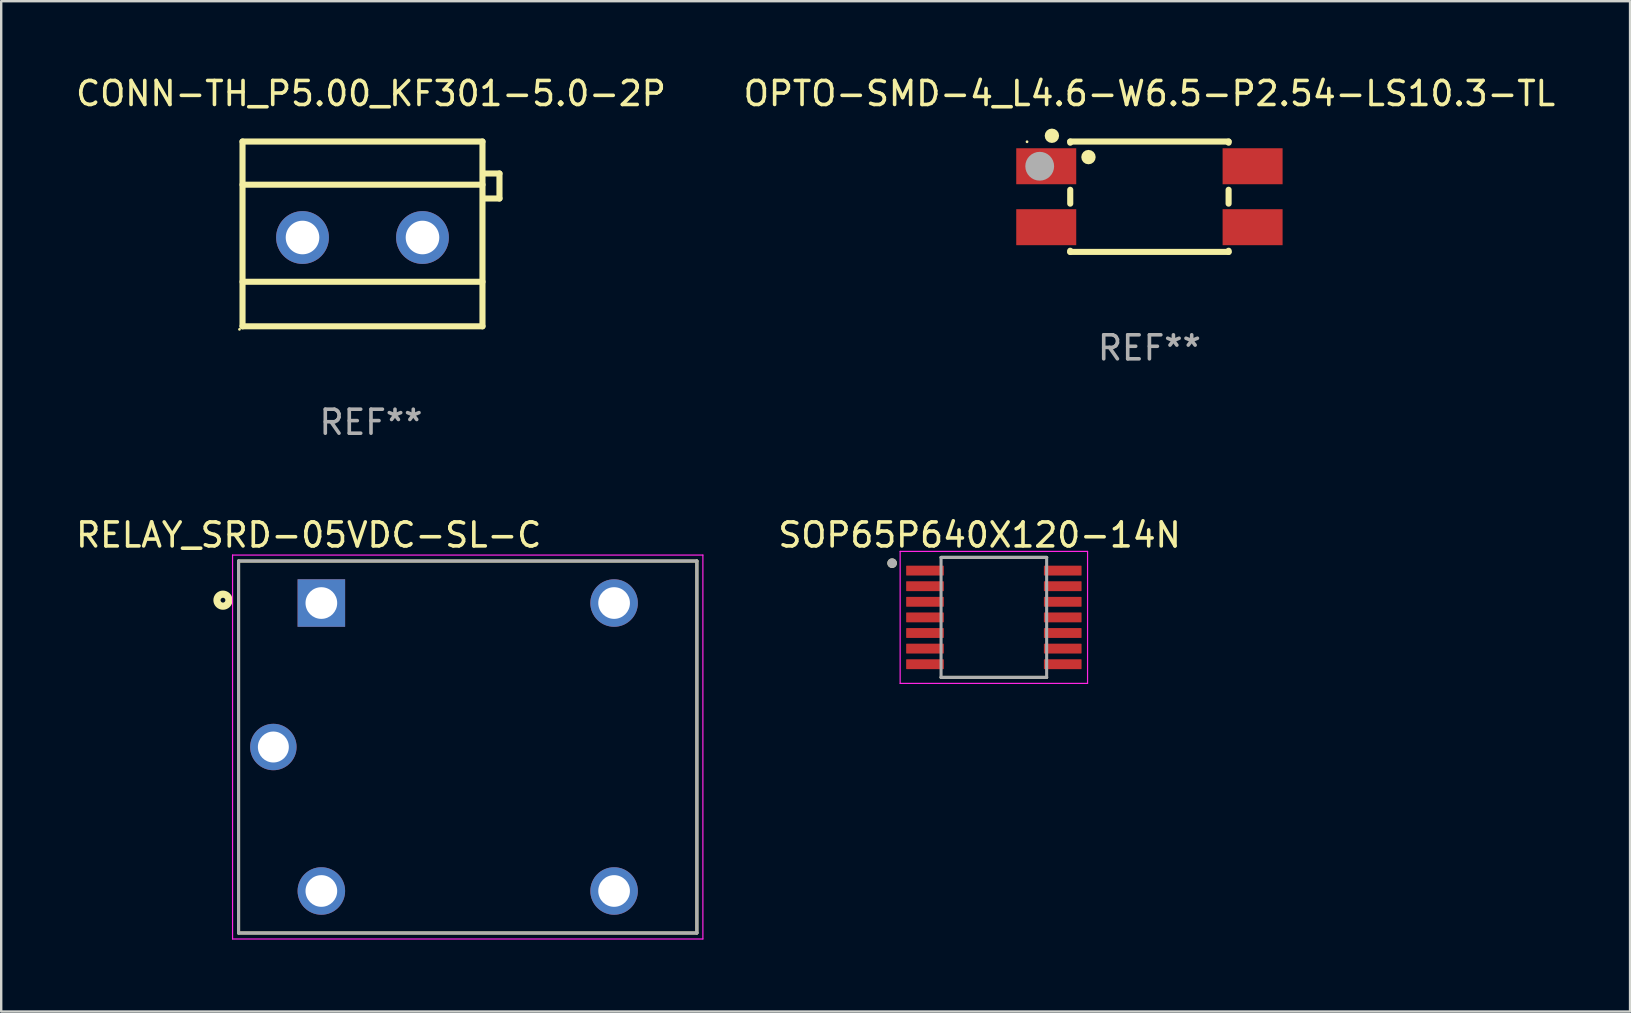
<source format=kicad_pcb>
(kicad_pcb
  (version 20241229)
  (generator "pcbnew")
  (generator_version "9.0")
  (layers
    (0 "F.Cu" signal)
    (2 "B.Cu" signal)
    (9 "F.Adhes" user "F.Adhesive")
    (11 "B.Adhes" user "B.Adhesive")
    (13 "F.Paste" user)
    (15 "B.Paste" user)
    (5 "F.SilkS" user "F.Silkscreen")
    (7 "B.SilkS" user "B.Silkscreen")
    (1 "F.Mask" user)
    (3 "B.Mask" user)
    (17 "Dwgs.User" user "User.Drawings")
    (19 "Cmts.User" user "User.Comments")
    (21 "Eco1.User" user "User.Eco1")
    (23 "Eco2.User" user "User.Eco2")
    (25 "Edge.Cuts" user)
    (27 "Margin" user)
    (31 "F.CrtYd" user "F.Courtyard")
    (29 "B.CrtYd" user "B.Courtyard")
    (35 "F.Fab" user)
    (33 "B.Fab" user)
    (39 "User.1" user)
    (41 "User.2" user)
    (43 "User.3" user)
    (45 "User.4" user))
  (footprint "SOP65P640X120-14N"
    (layer "F.Cu")
    (at 38.368 22.68)
    (property "Reference" "SOP65P640X120-14N" (at -0.595 -3.435 0) (layer "F.SilkS") (effects (font (size 1 1) (thickness 0.15))))
    (attr smd)
    (fp_line (start -2.2 -2.5) (end 2.2 -2.5) (stroke (width 0.127) (type solid)) (layer "F.SilkS"))
    (fp_line (start -2.2 2.5) (end 2.2 2.5) (stroke (width 0.127) (type solid)) (layer "F.SilkS"))
    (fp_circle (center -4.24 -2.26) (end -4.14 -2.26) (stroke (width 0.2) (type solid)) (fill no) (layer "F.SilkS"))
    (fp_line (start -3.905 -2.75) (end -3.905 2.75) (stroke (width 0.05) (type solid)) (layer "F.CrtYd"))
    (fp_line (start -3.905 -2.75) (end 3.905 -2.75) (stroke (width 0.05) (type solid)) (layer "F.CrtYd"))
    (fp_line (start -3.905 2.75) (end 3.905 2.75) (stroke (width 0.05) (type solid)) (layer "F.CrtYd"))
    (fp_line (start 3.905 -2.75) (end 3.905 2.75) (stroke (width 0.05) (type solid)) (layer "F.CrtYd"))
    (fp_line (start -2.2 -2.5) (end -2.2 2.5) (stroke (width 0.127) (type solid)) (layer "F.Fab"))
    (fp_line (start -2.2 -2.5) (end 2.2 -2.5) (stroke (width 0.127) (type solid)) (layer "F.Fab"))
    (fp_line (start -2.2 2.5) (end 2.2 2.5) (stroke (width 0.127) (type solid)) (layer "F.Fab"))
    (fp_line (start 2.2 -2.5) (end 2.2 2.5) (stroke (width 0.127) (type solid)) (layer "F.Fab"))
    (fp_circle (center -4.24 -2.26) (end -4.14 -2.26) (stroke (width 0.2) (type solid)) (fill no) (layer "F.Fab"))
    (pad "1" smd roundrect (at -2.87 -1.95) (size 1.57 0.41) (layers "F.Cu" "F.Mask" "F.Paste") (roundrect_rratio 0.05))
    (pad "2" smd roundrect (at -2.87 -1.3) (size 1.57 0.41) (layers "F.Cu" "F.Mask" "F.Paste") (roundrect_rratio 0.05))
    (pad "3" smd roundrect (at -2.87 -0.65) (size 1.57 0.41) (layers "F.Cu" "F.Mask" "F.Paste") (roundrect_rratio 0.05))
    (pad "4" smd roundrect (at -2.87 0) (size 1.57 0.41) (layers "F.Cu" "F.Mask" "F.Paste") (roundrect_rratio 0.05))
    (pad "5" smd roundrect (at -2.87 0.65) (size 1.57 0.41) (layers "F.Cu" "F.Mask" "F.Paste") (roundrect_rratio 0.05))
    (pad "6" smd roundrect (at -2.87 1.3) (size 1.57 0.41) (layers "F.Cu" "F.Mask" "F.Paste") (roundrect_rratio 0.05))
    (pad "7" smd roundrect (at -2.87 1.95) (size 1.57 0.41) (layers "F.Cu" "F.Mask" "F.Paste") (roundrect_rratio 0.05))
    (pad "8" smd roundrect (at 2.87 1.95) (size 1.57 0.41) (layers "F.Cu" "F.Mask" "F.Paste") (roundrect_rratio 0.05))
    (pad "9" smd roundrect (at 2.87 1.3) (size 1.57 0.41) (layers "F.Cu" "F.Mask" "F.Paste") (roundrect_rratio 0.05))
    (pad "10" smd roundrect (at 2.87 0.65) (size 1.57 0.41) (layers "F.Cu" "F.Mask" "F.Paste") (roundrect_rratio 0.05))
    (pad "11" smd roundrect (at 2.87 0) (size 1.57 0.41) (layers "F.Cu" "F.Mask" "F.Paste") (roundrect_rratio 0.05))
    (pad "12" smd roundrect (at 2.87 -0.65) (size 1.57 0.41) (layers "F.Cu" "F.Mask" "F.Paste") (roundrect_rratio 0.05))
    (pad "13" smd roundrect (at 2.87 -1.3) (size 1.57 0.41) (layers "F.Cu" "F.Mask" "F.Paste") (roundrect_rratio 0.05))
    (pad "14" smd roundrect (at 2.87 -1.95) (size 1.57 0.41) (layers "F.Cu" "F.Mask" "F.Paste") (roundrect_rratio 0.05)))
  (footprint "RELAY_SRD-05VDC-SL-C"
    (layer "F.Cu")
    (at 16.442 28.081)
    (property "Reference" "RELAY_SRD-05VDC-SL-C" (at -6.626 -8.836 0) (layer "F.SilkS") (effects (font (size 1 1) (thickness 0.15))))
    (attr through_hole)
    (fp_line (start -9.55 -7.75) (end 9.55 -7.75) (stroke (width 0.127) (type solid)) (layer "F.SilkS"))
    (fp_line (start -9.55 7.75) (end -9.55 -7.75) (stroke (width 0.127) (type solid)) (layer "F.SilkS"))
    (fp_line (start 9.55 -7.75) (end 9.55 7.75) (stroke (width 0.127) (type solid)) (layer "F.SilkS"))
    (fp_line (start 9.55 7.75) (end -9.55 7.75) (stroke (width 0.127) (type solid)) (layer "F.SilkS"))
    (fp_circle (center -10.2 -6.119) (end -10.1 -6.119) (stroke (width 0.3) (type solid)) (fill no) (layer "F.SilkS"))
    (fp_line (start -9.8 -8) (end 9.8 -8) (stroke (width 0.05) (type solid)) (layer "F.CrtYd"))
    (fp_line (start -9.8 8) (end -9.8 -8) (stroke (width 0.05) (type solid)) (layer "F.CrtYd"))
    (fp_line (start 9.8 -8) (end 9.8 8) (stroke (width 0.05) (type solid)) (layer "F.CrtYd"))
    (fp_line (start 9.8 8) (end -9.8 8) (stroke (width 0.05) (type solid)) (layer "F.CrtYd"))
    (fp_line (start -9.55 -7.75) (end 9.55 -7.75) (stroke (width 0.127) (type solid)) (layer "F.Fab"))
    (fp_line (start -9.55 7.75) (end -9.55 -7.75) (stroke (width 0.127) (type solid)) (layer "F.Fab"))
    (fp_line (start 9.55 -7.75) (end 9.55 7.75) (stroke (width 0.127) (type solid)) (layer "F.Fab"))
    (fp_line (start 9.55 7.75) (end -9.55 7.75) (stroke (width 0.127) (type solid)) (layer "F.Fab"))
    (pad "A1" thru_hole rect (at -6.1 -6) (size 1.98 1.98) (drill 1.32) (layers "*.Cu" "*.Mask"))
    (pad "A2" thru_hole circle (at -6.1 6) (size 1.98 1.98) (drill 1.32) (layers "*.Cu" "*.Mask"))
    (pad "COM" thru_hole circle (at -8.1 0) (size 1.935 1.935) (drill 1.29) (layers "*.Cu" "*.Mask"))
    (pad "NC" thru_hole circle (at 6.1 -6) (size 1.98 1.98) (drill 1.32) (layers "*.Cu" "*.Mask"))
    (pad "NO" thru_hole circle (at 6.1 6) (size 1.98 1.98) (drill 1.32) (layers "*.Cu" "*.Mask")))
  (footprint "CONN-TH_P5.00_KF301-5.0-2P"
    (layer "F.Cu")
    (at 12.057 6.848)
    (property "Reference" "CONN-TH_P5.00_KF301-5.0-2P" (at 0.354 -6 0) (layer "F.SilkS") (effects (font (size 1 1) (thickness 0.15))))
    (attr through_hole)
    (fp_line (start -5 -4) (end -5 3.7) (stroke (width 0.254) (type solid)) (layer "F.SilkS"))
    (fp_line (start -5 -4) (end 5 -4) (stroke (width 0.254) (type solid)) (layer "F.SilkS"))
    (fp_line (start -5 -2.201) (end 5 -2.201) (stroke (width 0.254) (type solid)) (layer "F.SilkS"))
    (fp_line (start -5 1.845) (end 5 1.845) (stroke (width 0.254) (type solid)) (layer "F.SilkS"))
    (fp_line (start -5 3.7) (end 5 3.7) (stroke (width 0.254) (type solid)) (layer "F.SilkS"))
    (fp_line (start 5 -4) (end 5 3.7) (stroke (width 0.254) (type solid)) (layer "F.SilkS"))
    (fp_line (start 5.08 -2.667) (end 5.708 -2.667) (stroke (width 0.254) (type solid)) (layer "F.SilkS"))
    (fp_line (start 5.708 -2.667) (end 5.708 -1.626) (stroke (width 0.254) (type solid)) (layer "F.SilkS"))
    (fp_line (start 5.708 -1.626) (end 5.08 -1.626) (stroke (width 0.254) (type solid)) (layer "F.SilkS"))
    (fp_circle (center -5.127 3.827) (end -5.097 3.827) (stroke (width 0.06) (type solid)) (fill no) (layer "F.SilkS"))
    (fp_text user "REF**" (at 0.354 7.7 0) (layer "F.Fab") (effects (font (size 1 1) (thickness 0.15))))
    (pad "1" thru_hole circle (at -2.5 0) (size 2.2 2.2) (drill 1.4) (layers "*.Cu" "*.Mask"))
    (pad "2" thru_hole circle (at 2.5 0) (size 2.2 2.2) (drill 1.4) (layers "*.Cu" "*.Mask")))
  (footprint "OPTO-SMD-4_L4.6-W6.5-P2.54-LS10.3-TL"
    (layer "F.Cu")
    (at 44.851 5.148)
    (property "Reference" "OPTO-SMD-4_L4.6-W6.5-P2.54-LS10.3-TL" (at 0 -4.3 0) (layer "F.SilkS") (effects (font (size 1 1) (thickness 0.15))))
    (attr smd)
    (fp_line (start -3.3 -2.3) (end -3.3 -2.251) (stroke (width 0.254) (type solid)) (layer "F.SilkS"))
    (fp_line (start -3.3 -2.3) (end 3.3 -2.3) (stroke (width 0.254) (type solid)) (layer "F.SilkS"))
    (fp_line (start -3.3 -0.289) (end -3.3 0.289) (stroke (width 0.254) (type solid)) (layer "F.SilkS"))
    (fp_line (start -3.3 2.251) (end -3.3 2.3) (stroke (width 0.254) (type solid)) (layer "F.SilkS"))
    (fp_line (start 3.3 -2.3) (end 3.3 -2.251) (stroke (width 0.254) (type solid)) (layer "F.SilkS"))
    (fp_line (start 3.3 -0.289) (end 3.3 0.289) (stroke (width 0.254) (type solid)) (layer "F.SilkS"))
    (fp_line (start 3.3 2.251) (end 3.3 2.3) (stroke (width 0.254) (type solid)) (layer "F.SilkS"))
    (fp_line (start 3.3 2.3) (end -3.3 2.3) (stroke (width 0.254) (type solid)) (layer "F.SilkS"))
    (fp_circle (center -5.1 -2.29) (end -5.07 -2.29) (stroke (width 0.06) (type solid)) (fill no) (layer "F.SilkS"))
    (fp_circle (center -4.064 -2.54) (end -3.914 -2.54) (stroke (width 0.3) (type solid)) (fill no) (layer "F.SilkS"))
    (fp_circle (center -2.54 -1.651) (end -2.39 -1.651) (stroke (width 0.3) (type solid)) (fill no) (layer "F.SilkS"))
    (fp_circle (center -4.572 -1.27) (end -4.272 -1.27) (stroke (width 0.6) (type solid)) (fill no) (layer "F.Fab"))
    (fp_text user "REF**" (at 0 6.3 0) (layer "F.Fab") (effects (font (size 1 1) (thickness 0.15))))
    (pad "1" smd rect (at -4.3 -1.27 90) (size 1.5 2.5) (layers "F.Cu" "F.Mask" "F.Paste"))
    (pad "2" smd rect (at -4.3 1.27 90) (size 1.5 2.5) (layers "F.Cu" "F.Mask" "F.Paste"))
    (pad "3" smd rect (at 4.3 1.27 90) (size 1.5 2.5) (layers "F.Cu" "F.Mask" "F.Paste"))
    (pad "4" smd rect (at 4.3 -1.27 90) (size 1.5 2.5) (layers "F.Cu" "F.Mask" "F.Paste")))
  (gr_rect
    (start -3 -3)
    (end 64.881 39.106)
    (stroke (width 0.1) (type default))
    (fill no)
    (layer "Edge.Cuts")))
</source>
